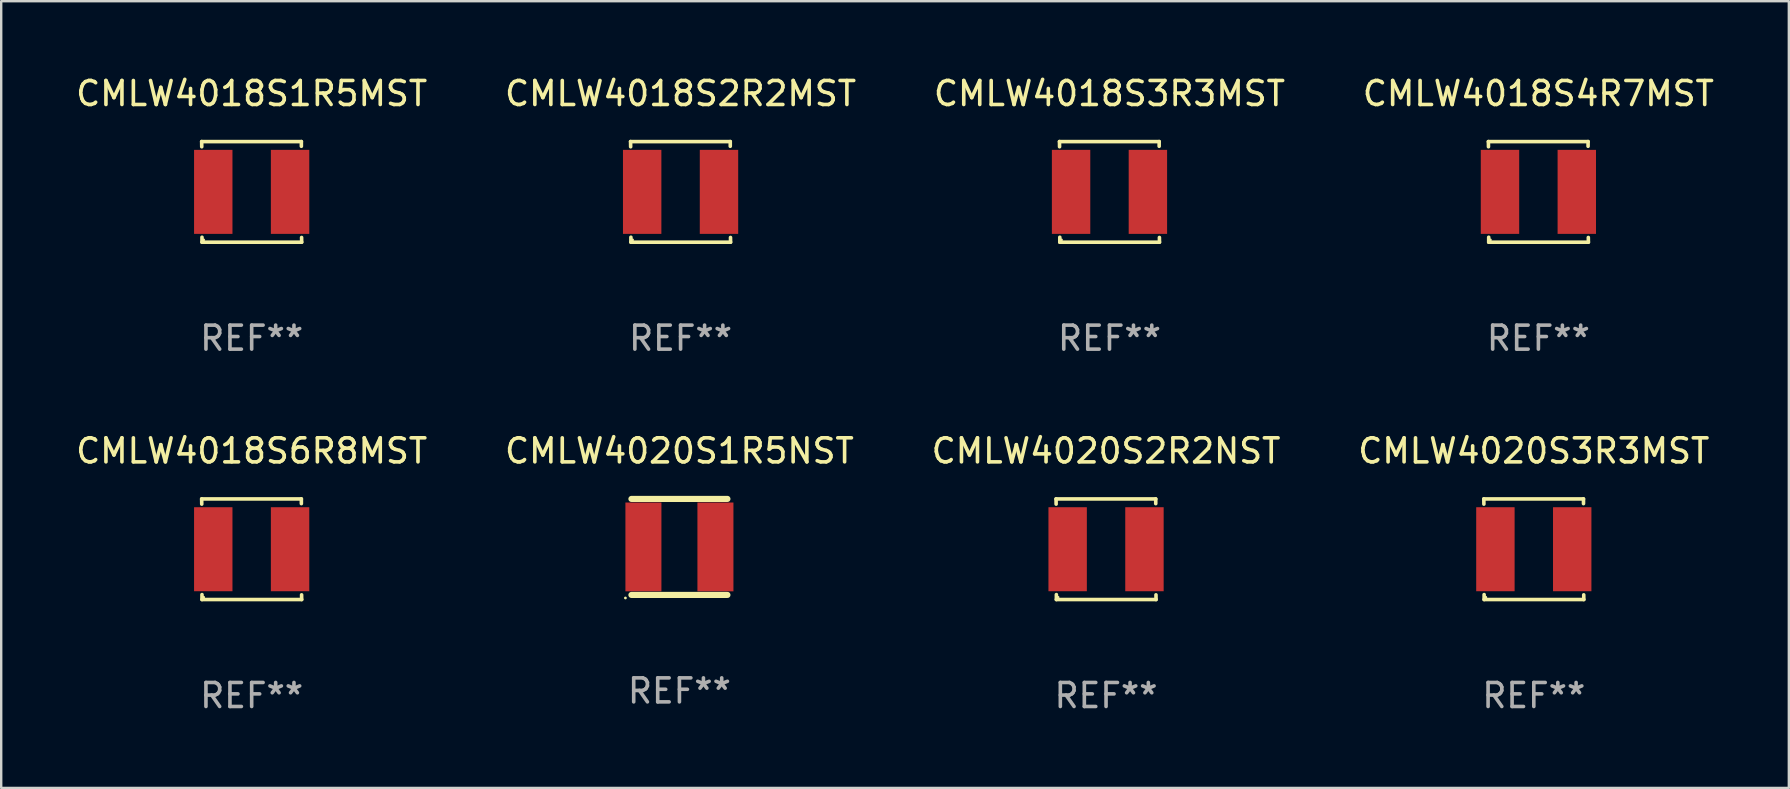
<source format=kicad_pcb>
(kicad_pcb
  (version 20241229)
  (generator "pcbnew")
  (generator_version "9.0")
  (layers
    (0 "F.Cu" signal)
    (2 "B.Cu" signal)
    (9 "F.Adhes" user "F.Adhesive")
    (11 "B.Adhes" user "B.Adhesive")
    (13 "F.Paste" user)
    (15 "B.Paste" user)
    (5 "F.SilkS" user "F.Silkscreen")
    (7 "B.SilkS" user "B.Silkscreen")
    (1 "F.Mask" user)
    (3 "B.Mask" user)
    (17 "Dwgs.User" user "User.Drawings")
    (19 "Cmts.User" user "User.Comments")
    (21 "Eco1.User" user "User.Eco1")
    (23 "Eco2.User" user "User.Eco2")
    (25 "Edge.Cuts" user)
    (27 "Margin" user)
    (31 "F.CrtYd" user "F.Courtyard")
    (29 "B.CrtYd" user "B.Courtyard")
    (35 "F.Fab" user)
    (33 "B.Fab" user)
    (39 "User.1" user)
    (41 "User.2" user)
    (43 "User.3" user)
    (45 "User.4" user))
  (footprint "CMLW4018S2R2MST"
    (layer "F.Cu")
    (at 25.304 4.944)
    (property "Reference" "CMLW4018S2R2MST" (at 0 -4.096 0) (layer "F.SilkS") (effects (font (size 1 1) (thickness 0.15))))
    (attr through_hole)
    (fp_line (start -2.083 -2.096) (end -2.08 -1.88) (stroke (width 0.15) (type solid)) (layer "F.SilkS"))
    (fp_line (start -2.07 1.89) (end -2.07 2.096) (stroke (width 0.15) (type solid)) (layer "F.SilkS"))
    (fp_line (start -2.07 2.096) (end 2.083 2.096) (stroke (width 0.15) (type solid)) (layer "F.SilkS"))
    (fp_line (start 2.07 -1.9) (end 2.07 -2.096) (stroke (width 0.15) (type solid)) (layer "F.SilkS"))
    (fp_line (start 2.07 -2.096) (end -2.083 -2.096) (stroke (width 0.15) (type solid)) (layer "F.SilkS"))
    (fp_line (start 2.083 2.096) (end 2.08 1.9) (stroke (width 0.15) (type solid)) (layer "F.SilkS"))
    (fp_circle (center -2 2) (end -1.97 2) (stroke (width 0.06) (type solid)) (fill no) (layer "F.SilkS"))
    (fp_text user "REF**" (at 0 6.096 0) (layer "F.Fab") (effects (font (size 1 1) (thickness 0.15))))
    (pad "1" smd rect (at -1.6 -0.000343) (size 1.6 3.5) (layers "F.Cu" "F.Mask" "F.Paste"))
    (pad "2" smd rect (at 1.6 -0.000343) (size 1.6 3.5) (layers "F.Cu" "F.Mask" "F.Paste")))
  (footprint "CMLW4020S2R2NST"
    (layer "F.Cu")
    (at 43.03 19.832)
    (property "Reference" "CMLW4020S2R2NST" (at 0 -4.096 0) (layer "F.SilkS") (effects (font (size 1 1) (thickness 0.15))))
    (attr through_hole)
    (fp_line (start -2.083 -2.096) (end -2.08 -1.88) (stroke (width 0.15) (type solid)) (layer "F.SilkS"))
    (fp_line (start -2.07 1.89) (end -2.07 2.096) (stroke (width 0.15) (type solid)) (layer "F.SilkS"))
    (fp_line (start -2.07 2.096) (end 2.083 2.096) (stroke (width 0.15) (type solid)) (layer "F.SilkS"))
    (fp_line (start 2.07 -1.9) (end 2.07 -2.096) (stroke (width 0.15) (type solid)) (layer "F.SilkS"))
    (fp_line (start 2.07 -2.096) (end -2.083 -2.096) (stroke (width 0.15) (type solid)) (layer "F.SilkS"))
    (fp_line (start 2.083 2.096) (end 2.08 1.9) (stroke (width 0.15) (type solid)) (layer "F.SilkS"))
    (fp_circle (center -2 2) (end -1.97 2) (stroke (width 0.06) (type solid)) (fill no) (layer "F.SilkS"))
    (fp_text user "REF**" (at 0 6.096 0) (layer "F.Fab") (effects (font (size 1 1) (thickness 0.15))))
    (pad "1" smd rect (at -1.6 -0.000343) (size 1.6 3.5) (layers "F.Cu" "F.Mask" "F.Paste"))
    (pad "2" smd rect (at 1.6 -0.000343) (size 1.6 3.5) (layers "F.Cu" "F.Mask" "F.Paste")))
  (footprint "CMLW4018S4R7MST"
    (layer "F.Cu")
    (at 61.042 4.944)
    (property "Reference" "CMLW4018S4R7MST" (at 0 -4.096 0) (layer "F.SilkS") (effects (font (size 1 1) (thickness 0.15))))
    (attr through_hole)
    (fp_line (start -2.083 -2.096) (end -2.08 -1.88) (stroke (width 0.15) (type solid)) (layer "F.SilkS"))
    (fp_line (start -2.07 1.89) (end -2.07 2.096) (stroke (width 0.15) (type solid)) (layer "F.SilkS"))
    (fp_line (start -2.07 2.096) (end 2.083 2.096) (stroke (width 0.15) (type solid)) (layer "F.SilkS"))
    (fp_line (start 2.07 -1.9) (end 2.07 -2.096) (stroke (width 0.15) (type solid)) (layer "F.SilkS"))
    (fp_line (start 2.07 -2.096) (end -2.083 -2.096) (stroke (width 0.15) (type solid)) (layer "F.SilkS"))
    (fp_line (start 2.083 2.096) (end 2.08 1.9) (stroke (width 0.15) (type solid)) (layer "F.SilkS"))
    (fp_circle (center -2 2) (end -1.97 2) (stroke (width 0.06) (type solid)) (fill no) (layer "F.SilkS"))
    (fp_text user "REF**" (at 0 6.096 0) (layer "F.Fab") (effects (font (size 1 1) (thickness 0.15))))
    (pad "1" smd rect (at -1.6 -0.000343) (size 1.6 3.5) (layers "F.Cu" "F.Mask" "F.Paste"))
    (pad "2" smd rect (at 1.6 -0.000343) (size 1.6 3.5) (layers "F.Cu" "F.Mask" "F.Paste")))
  (footprint "CMLW4018S3R3MST"
    (layer "F.Cu")
    (at 43.173 4.944)
    (property "Reference" "CMLW4018S3R3MST" (at 0 -4.096 0) (layer "F.SilkS") (effects (font (size 1 1) (thickness 0.15))))
    (attr through_hole)
    (fp_line (start -2.083 -2.096) (end -2.08 -1.88) (stroke (width 0.15) (type solid)) (layer "F.SilkS"))
    (fp_line (start -2.07 1.89) (end -2.07 2.096) (stroke (width 0.15) (type solid)) (layer "F.SilkS"))
    (fp_line (start -2.07 2.096) (end 2.083 2.096) (stroke (width 0.15) (type solid)) (layer "F.SilkS"))
    (fp_line (start 2.07 -1.9) (end 2.07 -2.096) (stroke (width 0.15) (type solid)) (layer "F.SilkS"))
    (fp_line (start 2.07 -2.096) (end -2.083 -2.096) (stroke (width 0.15) (type solid)) (layer "F.SilkS"))
    (fp_line (start 2.083 2.096) (end 2.08 1.9) (stroke (width 0.15) (type solid)) (layer "F.SilkS"))
    (fp_circle (center -2 2) (end -1.97 2) (stroke (width 0.06) (type solid)) (fill no) (layer "F.SilkS"))
    (fp_text user "REF**" (at 0 6.096 0) (layer "F.Fab") (effects (font (size 1 1) (thickness 0.15))))
    (pad "1" smd rect (at -1.6 -0.000343) (size 1.6 3.5) (layers "F.Cu" "F.Mask" "F.Paste"))
    (pad "2" smd rect (at 1.6 -0.000343) (size 1.6 3.5) (layers "F.Cu" "F.Mask" "F.Paste")))
  (footprint "CMLW4018S1R5MST"
    (layer "F.Cu")
    (at 7.435 4.944)
    (property "Reference" "CMLW4018S1R5MST" (at 0 -4.096 0) (layer "F.SilkS") (effects (font (size 1 1) (thickness 0.15))))
    (attr through_hole)
    (fp_line (start -2.083 -2.096) (end -2.08 -1.88) (stroke (width 0.15) (type solid)) (layer "F.SilkS"))
    (fp_line (start -2.07 1.89) (end -2.07 2.096) (stroke (width 0.15) (type solid)) (layer "F.SilkS"))
    (fp_line (start -2.07 2.096) (end 2.083 2.096) (stroke (width 0.15) (type solid)) (layer "F.SilkS"))
    (fp_line (start 2.07 -1.9) (end 2.07 -2.096) (stroke (width 0.15) (type solid)) (layer "F.SilkS"))
    (fp_line (start 2.07 -2.096) (end -2.083 -2.096) (stroke (width 0.15) (type solid)) (layer "F.SilkS"))
    (fp_line (start 2.083 2.096) (end 2.08 1.9) (stroke (width 0.15) (type solid)) (layer "F.SilkS"))
    (fp_circle (center -2 2) (end -1.97 2) (stroke (width 0.06) (type solid)) (fill no) (layer "F.SilkS"))
    (fp_text user "REF**" (at 0 6.096 0) (layer "F.Fab") (effects (font (size 1 1) (thickness 0.15))))
    (pad "1" smd rect (at -1.6 -0.000343) (size 1.6 3.5) (layers "F.Cu" "F.Mask" "F.Paste"))
    (pad "2" smd rect (at 1.6 -0.000343) (size 1.6 3.5) (layers "F.Cu" "F.Mask" "F.Paste")))
  (footprint "CMLW4020S3R3MST"
    (layer "F.Cu")
    (at 60.851 19.832)
    (property "Reference" "CMLW4020S3R3MST" (at 0 -4.096 0) (layer "F.SilkS") (effects (font (size 1 1) (thickness 0.15))))
    (attr through_hole)
    (fp_line (start -2.083 -2.096) (end -2.08 -1.88) (stroke (width 0.15) (type solid)) (layer "F.SilkS"))
    (fp_line (start -2.07 1.89) (end -2.07 2.096) (stroke (width 0.15) (type solid)) (layer "F.SilkS"))
    (fp_line (start -2.07 2.096) (end 2.083 2.096) (stroke (width 0.15) (type solid)) (layer "F.SilkS"))
    (fp_line (start 2.07 -1.9) (end 2.07 -2.096) (stroke (width 0.15) (type solid)) (layer "F.SilkS"))
    (fp_line (start 2.07 -2.096) (end -2.083 -2.096) (stroke (width 0.15) (type solid)) (layer "F.SilkS"))
    (fp_line (start 2.083 2.096) (end 2.08 1.9) (stroke (width 0.15) (type solid)) (layer "F.SilkS"))
    (fp_circle (center -2 2) (end -1.97 2) (stroke (width 0.06) (type solid)) (fill no) (layer "F.SilkS"))
    (fp_text user "REF**" (at 0 6.096 0) (layer "F.Fab") (effects (font (size 1 1) (thickness 0.15))))
    (pad "1" smd rect (at -1.6 -0.000343) (size 1.6 3.5) (layers "F.Cu" "F.Mask" "F.Paste"))
    (pad "2" smd rect (at 1.6 -0.000343) (size 1.6 3.5) (layers "F.Cu" "F.Mask" "F.Paste")))
  (footprint "CMLW4018S6R8MST"
    (layer "F.Cu")
    (at 7.435 19.832)
    (property "Reference" "CMLW4018S6R8MST" (at 0 -4.096 0) (layer "F.SilkS") (effects (font (size 1 1) (thickness 0.15))))
    (attr through_hole)
    (fp_line (start -2.083 -2.096) (end -2.08 -1.88) (stroke (width 0.15) (type solid)) (layer "F.SilkS"))
    (fp_line (start -2.07 1.89) (end -2.07 2.096) (stroke (width 0.15) (type solid)) (layer "F.SilkS"))
    (fp_line (start -2.07 2.096) (end 2.083 2.096) (stroke (width 0.15) (type solid)) (layer "F.SilkS"))
    (fp_line (start 2.07 -1.9) (end 2.07 -2.096) (stroke (width 0.15) (type solid)) (layer "F.SilkS"))
    (fp_line (start 2.07 -2.096) (end -2.083 -2.096) (stroke (width 0.15) (type solid)) (layer "F.SilkS"))
    (fp_line (start 2.083 2.096) (end 2.08 1.9) (stroke (width 0.15) (type solid)) (layer "F.SilkS"))
    (fp_circle (center -2 2) (end -1.97 2) (stroke (width 0.06) (type solid)) (fill no) (layer "F.SilkS"))
    (fp_text user "REF**" (at 0 6.096 0) (layer "F.Fab") (effects (font (size 1 1) (thickness 0.15))))
    (pad "1" smd rect (at -1.6 -0.000343) (size 1.6 3.5) (layers "F.Cu" "F.Mask" "F.Paste"))
    (pad "2" smd rect (at 1.6 -0.000343) (size 1.6 3.5) (layers "F.Cu" "F.Mask" "F.Paste")))
  (footprint "CMLW4020S1R5NST"
    (layer "F.Cu")
    (at 25.256 19.736)
    (property "Reference" "CMLW4020S1R5NST" (at 0 -4 0) (layer "F.SilkS") (effects (font (size 1 1) (thickness 0.15))))
    (attr through_hole)
    (fp_line (start -2 -2) (end 2 -2) (stroke (width 0.254) (type solid)) (layer "F.SilkS"))
    (fp_line (start -2 2) (end 2 2) (stroke (width 0.254) (type solid)) (layer "F.SilkS"))
    (fp_circle (center -2.25 2.127) (end -2.22 2.127) (stroke (width 0.06) (type solid)) (fill no) (layer "F.SilkS"))
    (fp_text user "REF**" (at 0 6 0) (layer "F.Fab") (effects (font (size 1 1) (thickness 0.15))))
    (pad "1" smd rect (at -1.5 0 90) (size 3.7 1.5) (layers "F.Cu" "F.Mask" "F.Paste"))
    (pad "2" smd rect (at 1.5 0 90) (size 3.7 1.5) (layers "F.Cu" "F.Mask" "F.Paste")))
  (gr_rect
    (start -3 -3)
    (end 71.476 29.776)
    (stroke (width 0.1) (type default))
    (fill no)
    (layer "Edge.Cuts")))
</source>
